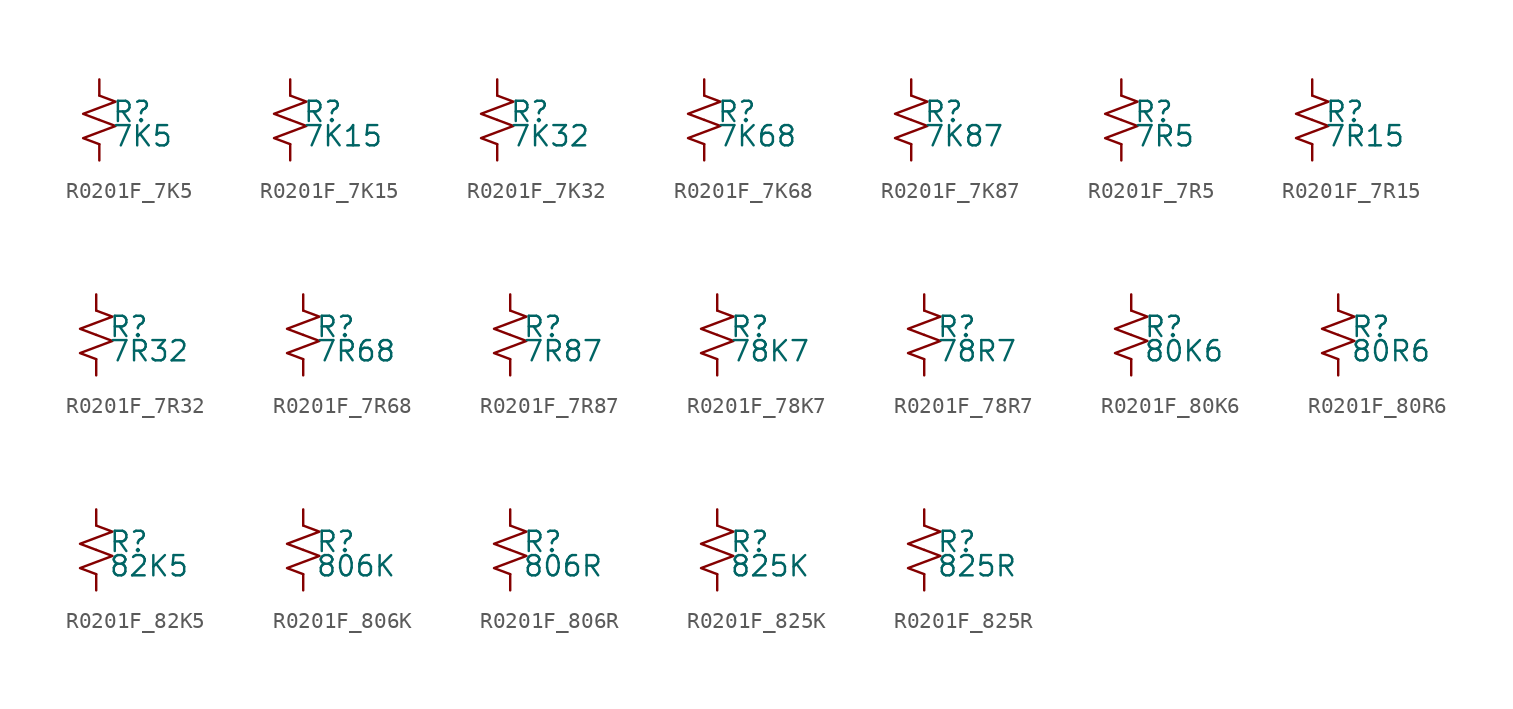
<source format=kicad_sym>
(kicad_symbol_lib
  (version 20220914)
  (generator kicad_symbol_editor)
  (symbol "R0201F_7K5"
    (pin_numbers hide)
    (pin_names
      (offset 0.254) hide)
    (property "Reference" "R"
      (at 0.762 0.508 0)
      (effects (font (size 1.27 1.27)) (justify left)))
    (property "Value" "7K5"
      (at 0.762 -1.016 0)
      (effects (font (size 1.27 1.27)) (justify left)))
    (symbol "R0201F_7K5_1_1"
      (polyline (pts (xy 0 0) (xy 1.016 -0.381) (xy 0 -0.762) (xy -1.016 -1.143) (xy 0 -1.524)) (stroke (width 0) (type default)) (fill (type none)))
      (polyline (pts (xy 0 1.524) (xy 1.016 1.143) (xy 0 0.762) (xy -1.016 0.381) (xy 0 0)) (stroke (width 0) (type default)) (fill (type none)))
      (pin passive line (at 0 2.54 270) (length 1.016) (name "~" (effects (font (size 1.27 1.27)))) (number "1" (effects (font (size 1.27 1.27)))))
      (pin passive line (at 0 -2.54 90) (length 1.016) (name "~" (effects (font (size 1.27 1.27)))) (number "2" (effects (font (size 1.27 1.27)))))))
  (symbol "R0201F_7K15"
    (pin_numbers hide)
    (pin_names
      (offset 0.254) hide)
    (property "Reference" "R"
      (at 0.762 0.508 0)
      (effects (font (size 1.27 1.27)) (justify left)))
    (property "Value" "7K15"
      (at 0.762 -1.016 0)
      (effects (font (size 1.27 1.27)) (justify left)))
    (symbol "R0201F_7K15_1_1"
      (polyline (pts (xy 0 0) (xy 1.016 -0.381) (xy 0 -0.762) (xy -1.016 -1.143) (xy 0 -1.524)) (stroke (width 0) (type default)) (fill (type none)))
      (polyline (pts (xy 0 1.524) (xy 1.016 1.143) (xy 0 0.762) (xy -1.016 0.381) (xy 0 0)) (stroke (width 0) (type default)) (fill (type none)))
      (pin passive line (at 0 2.54 270) (length 1.016) (name "~" (effects (font (size 1.27 1.27)))) (number "1" (effects (font (size 1.27 1.27)))))
      (pin passive line (at 0 -2.54 90) (length 1.016) (name "~" (effects (font (size 1.27 1.27)))) (number "2" (effects (font (size 1.27 1.27)))))))
  (symbol "R0201F_7K32"
    (pin_numbers hide)
    (pin_names
      (offset 0.254) hide)
    (property "Reference" "R"
      (at 0.762 0.508 0)
      (effects (font (size 1.27 1.27)) (justify left)))
    (property "Value" "7K32"
      (at 0.762 -1.016 0)
      (effects (font (size 1.27 1.27)) (justify left)))
    (symbol "R0201F_7K32_1_1"
      (polyline (pts (xy 0 0) (xy 1.016 -0.381) (xy 0 -0.762) (xy -1.016 -1.143) (xy 0 -1.524)) (stroke (width 0) (type default)) (fill (type none)))
      (polyline (pts (xy 0 1.524) (xy 1.016 1.143) (xy 0 0.762) (xy -1.016 0.381) (xy 0 0)) (stroke (width 0) (type default)) (fill (type none)))
      (pin passive line (at 0 2.54 270) (length 1.016) (name "~" (effects (font (size 1.27 1.27)))) (number "1" (effects (font (size 1.27 1.27)))))
      (pin passive line (at 0 -2.54 90) (length 1.016) (name "~" (effects (font (size 1.27 1.27)))) (number "2" (effects (font (size 1.27 1.27)))))))
  (symbol "R0201F_7K68"
    (pin_numbers hide)
    (pin_names
      (offset 0.254) hide)
    (property "Reference" "R"
      (at 0.762 0.508 0)
      (effects (font (size 1.27 1.27)) (justify left)))
    (property "Value" "7K68"
      (at 0.762 -1.016 0)
      (effects (font (size 1.27 1.27)) (justify left)))
    (symbol "R0201F_7K68_1_1"
      (polyline (pts (xy 0 0) (xy 1.016 -0.381) (xy 0 -0.762) (xy -1.016 -1.143) (xy 0 -1.524)) (stroke (width 0) (type default)) (fill (type none)))
      (polyline (pts (xy 0 1.524) (xy 1.016 1.143) (xy 0 0.762) (xy -1.016 0.381) (xy 0 0)) (stroke (width 0) (type default)) (fill (type none)))
      (pin passive line (at 0 2.54 270) (length 1.016) (name "~" (effects (font (size 1.27 1.27)))) (number "1" (effects (font (size 1.27 1.27)))))
      (pin passive line (at 0 -2.54 90) (length 1.016) (name "~" (effects (font (size 1.27 1.27)))) (number "2" (effects (font (size 1.27 1.27)))))))
  (symbol "R0201F_7K87"
    (pin_numbers hide)
    (pin_names
      (offset 0.254) hide)
    (property "Reference" "R"
      (at 0.762 0.508 0)
      (effects (font (size 1.27 1.27)) (justify left)))
    (property "Value" "7K87"
      (at 0.762 -1.016 0)
      (effects (font (size 1.27 1.27)) (justify left)))
    (symbol "R0201F_7K87_1_1"
      (polyline (pts (xy 0 0) (xy 1.016 -0.381) (xy 0 -0.762) (xy -1.016 -1.143) (xy 0 -1.524)) (stroke (width 0) (type default)) (fill (type none)))
      (polyline (pts (xy 0 1.524) (xy 1.016 1.143) (xy 0 0.762) (xy -1.016 0.381) (xy 0 0)) (stroke (width 0) (type default)) (fill (type none)))
      (pin passive line (at 0 2.54 270) (length 1.016) (name "~" (effects (font (size 1.27 1.27)))) (number "1" (effects (font (size 1.27 1.27)))))
      (pin passive line (at 0 -2.54 90) (length 1.016) (name "~" (effects (font (size 1.27 1.27)))) (number "2" (effects (font (size 1.27 1.27)))))))
  (symbol "R0201F_7R5"
    (pin_numbers hide)
    (pin_names
      (offset 0.254) hide)
    (property "Reference" "R"
      (at 0.762 0.508 0)
      (effects (font (size 1.27 1.27)) (justify left)))
    (property "Value" "7R5"
      (at 0.762 -1.016 0)
      (effects (font (size 1.27 1.27)) (justify left)))
    (symbol "R0201F_7R5_1_1"
      (polyline (pts (xy 0 0) (xy 1.016 -0.381) (xy 0 -0.762) (xy -1.016 -1.143) (xy 0 -1.524)) (stroke (width 0) (type default)) (fill (type none)))
      (polyline (pts (xy 0 1.524) (xy 1.016 1.143) (xy 0 0.762) (xy -1.016 0.381) (xy 0 0)) (stroke (width 0) (type default)) (fill (type none)))
      (pin passive line (at 0 2.54 270) (length 1.016) (name "~" (effects (font (size 1.27 1.27)))) (number "1" (effects (font (size 1.27 1.27)))))
      (pin passive line (at 0 -2.54 90) (length 1.016) (name "~" (effects (font (size 1.27 1.27)))) (number "2" (effects (font (size 1.27 1.27)))))))
  (symbol "R0201F_7R15"
    (pin_numbers hide)
    (pin_names
      (offset 0.254) hide)
    (property "Reference" "R"
      (at 0.762 0.508 0)
      (effects (font (size 1.27 1.27)) (justify left)))
    (property "Value" "7R15"
      (at 0.762 -1.016 0)
      (effects (font (size 1.27 1.27)) (justify left)))
    (symbol "R0201F_7R15_1_1"
      (polyline (pts (xy 0 0) (xy 1.016 -0.381) (xy 0 -0.762) (xy -1.016 -1.143) (xy 0 -1.524)) (stroke (width 0) (type default)) (fill (type none)))
      (polyline (pts (xy 0 1.524) (xy 1.016 1.143) (xy 0 0.762) (xy -1.016 0.381) (xy 0 0)) (stroke (width 0) (type default)) (fill (type none)))
      (pin passive line (at 0 2.54 270) (length 1.016) (name "~" (effects (font (size 1.27 1.27)))) (number "1" (effects (font (size 1.27 1.27)))))
      (pin passive line (at 0 -2.54 90) (length 1.016) (name "~" (effects (font (size 1.27 1.27)))) (number "2" (effects (font (size 1.27 1.27)))))))
  (symbol "R0201F_7R32"
    (pin_numbers hide)
    (pin_names
      (offset 0.254) hide)
    (property "Reference" "R"
      (at 0.762 0.508 0)
      (effects (font (size 1.27 1.27)) (justify left)))
    (property "Value" "7R32"
      (at 0.762 -1.016 0)
      (effects (font (size 1.27 1.27)) (justify left)))
    (symbol "R0201F_7R32_1_1"
      (polyline (pts (xy 0 0) (xy 1.016 -0.381) (xy 0 -0.762) (xy -1.016 -1.143) (xy 0 -1.524)) (stroke (width 0) (type default)) (fill (type none)))
      (polyline (pts (xy 0 1.524) (xy 1.016 1.143) (xy 0 0.762) (xy -1.016 0.381) (xy 0 0)) (stroke (width 0) (type default)) (fill (type none)))
      (pin passive line (at 0 2.54 270) (length 1.016) (name "~" (effects (font (size 1.27 1.27)))) (number "1" (effects (font (size 1.27 1.27)))))
      (pin passive line (at 0 -2.54 90) (length 1.016) (name "~" (effects (font (size 1.27 1.27)))) (number "2" (effects (font (size 1.27 1.27)))))))
  (symbol "R0201F_7R68"
    (pin_numbers hide)
    (pin_names
      (offset 0.254) hide)
    (property "Reference" "R"
      (at 0.762 0.508 0)
      (effects (font (size 1.27 1.27)) (justify left)))
    (property "Value" "7R68"
      (at 0.762 -1.016 0)
      (effects (font (size 1.27 1.27)) (justify left)))
    (symbol "R0201F_7R68_1_1"
      (polyline (pts (xy 0 0) (xy 1.016 -0.381) (xy 0 -0.762) (xy -1.016 -1.143) (xy 0 -1.524)) (stroke (width 0) (type default)) (fill (type none)))
      (polyline (pts (xy 0 1.524) (xy 1.016 1.143) (xy 0 0.762) (xy -1.016 0.381) (xy 0 0)) (stroke (width 0) (type default)) (fill (type none)))
      (pin passive line (at 0 2.54 270) (length 1.016) (name "~" (effects (font (size 1.27 1.27)))) (number "1" (effects (font (size 1.27 1.27)))))
      (pin passive line (at 0 -2.54 90) (length 1.016) (name "~" (effects (font (size 1.27 1.27)))) (number "2" (effects (font (size 1.27 1.27)))))))
  (symbol "R0201F_7R87"
    (pin_numbers hide)
    (pin_names
      (offset 0.254) hide)
    (property "Reference" "R"
      (at 0.762 0.508 0)
      (effects (font (size 1.27 1.27)) (justify left)))
    (property "Value" "7R87"
      (at 0.762 -1.016 0)
      (effects (font (size 1.27 1.27)) (justify left)))
    (symbol "R0201F_7R87_1_1"
      (polyline (pts (xy 0 0) (xy 1.016 -0.381) (xy 0 -0.762) (xy -1.016 -1.143) (xy 0 -1.524)) (stroke (width 0) (type default)) (fill (type none)))
      (polyline (pts (xy 0 1.524) (xy 1.016 1.143) (xy 0 0.762) (xy -1.016 0.381) (xy 0 0)) (stroke (width 0) (type default)) (fill (type none)))
      (pin passive line (at 0 2.54 270) (length 1.016) (name "~" (effects (font (size 1.27 1.27)))) (number "1" (effects (font (size 1.27 1.27)))))
      (pin passive line (at 0 -2.54 90) (length 1.016) (name "~" (effects (font (size 1.27 1.27)))) (number "2" (effects (font (size 1.27 1.27)))))))
  (symbol "R0201F_78K7"
    (pin_numbers hide)
    (pin_names
      (offset 0.254) hide)
    (property "Reference" "R"
      (at 0.762 0.508 0)
      (effects (font (size 1.27 1.27)) (justify left)))
    (property "Value" "78K7"
      (at 0.762 -1.016 0)
      (effects (font (size 1.27 1.27)) (justify left)))
    (symbol "R0201F_78K7_1_1"
      (polyline (pts (xy 0 0) (xy 1.016 -0.381) (xy 0 -0.762) (xy -1.016 -1.143) (xy 0 -1.524)) (stroke (width 0) (type default)) (fill (type none)))
      (polyline (pts (xy 0 1.524) (xy 1.016 1.143) (xy 0 0.762) (xy -1.016 0.381) (xy 0 0)) (stroke (width 0) (type default)) (fill (type none)))
      (pin passive line (at 0 2.54 270) (length 1.016) (name "~" (effects (font (size 1.27 1.27)))) (number "1" (effects (font (size 1.27 1.27)))))
      (pin passive line (at 0 -2.54 90) (length 1.016) (name "~" (effects (font (size 1.27 1.27)))) (number "2" (effects (font (size 1.27 1.27)))))))
  (symbol "R0201F_78R7"
    (pin_numbers hide)
    (pin_names
      (offset 0.254) hide)
    (property "Reference" "R"
      (at 0.762 0.508 0)
      (effects (font (size 1.27 1.27)) (justify left)))
    (property "Value" "78R7"
      (at 0.762 -1.016 0)
      (effects (font (size 1.27 1.27)) (justify left)))
    (symbol "R0201F_78R7_1_1"
      (polyline (pts (xy 0 0) (xy 1.016 -0.381) (xy 0 -0.762) (xy -1.016 -1.143) (xy 0 -1.524)) (stroke (width 0) (type default)) (fill (type none)))
      (polyline (pts (xy 0 1.524) (xy 1.016 1.143) (xy 0 0.762) (xy -1.016 0.381) (xy 0 0)) (stroke (width 0) (type default)) (fill (type none)))
      (pin passive line (at 0 2.54 270) (length 1.016) (name "~" (effects (font (size 1.27 1.27)))) (number "1" (effects (font (size 1.27 1.27)))))
      (pin passive line (at 0 -2.54 90) (length 1.016) (name "~" (effects (font (size 1.27 1.27)))) (number "2" (effects (font (size 1.27 1.27)))))))
  (symbol "R0201F_80K6"
    (pin_numbers hide)
    (pin_names
      (offset 0.254) hide)
    (property "Reference" "R"
      (at 0.762 0.508 0)
      (effects (font (size 1.27 1.27)) (justify left)))
    (property "Value" "80K6"
      (at 0.762 -1.016 0)
      (effects (font (size 1.27 1.27)) (justify left)))
    (symbol "R0201F_80K6_1_1"
      (polyline (pts (xy 0 0) (xy 1.016 -0.381) (xy 0 -0.762) (xy -1.016 -1.143) (xy 0 -1.524)) (stroke (width 0) (type default)) (fill (type none)))
      (polyline (pts (xy 0 1.524) (xy 1.016 1.143) (xy 0 0.762) (xy -1.016 0.381) (xy 0 0)) (stroke (width 0) (type default)) (fill (type none)))
      (pin passive line (at 0 2.54 270) (length 1.016) (name "~" (effects (font (size 1.27 1.27)))) (number "1" (effects (font (size 1.27 1.27)))))
      (pin passive line (at 0 -2.54 90) (length 1.016) (name "~" (effects (font (size 1.27 1.27)))) (number "2" (effects (font (size 1.27 1.27)))))))
  (symbol "R0201F_80R6"
    (pin_numbers hide)
    (pin_names
      (offset 0.254) hide)
    (property "Reference" "R"
      (at 0.762 0.508 0)
      (effects (font (size 1.27 1.27)) (justify left)))
    (property "Value" "80R6"
      (at 0.762 -1.016 0)
      (effects (font (size 1.27 1.27)) (justify left)))
    (symbol "R0201F_80R6_1_1"
      (polyline (pts (xy 0 0) (xy 1.016 -0.381) (xy 0 -0.762) (xy -1.016 -1.143) (xy 0 -1.524)) (stroke (width 0) (type default)) (fill (type none)))
      (polyline (pts (xy 0 1.524) (xy 1.016 1.143) (xy 0 0.762) (xy -1.016 0.381) (xy 0 0)) (stroke (width 0) (type default)) (fill (type none)))
      (pin passive line (at 0 2.54 270) (length 1.016) (name "~" (effects (font (size 1.27 1.27)))) (number "1" (effects (font (size 1.27 1.27)))))
      (pin passive line (at 0 -2.54 90) (length 1.016) (name "~" (effects (font (size 1.27 1.27)))) (number "2" (effects (font (size 1.27 1.27)))))))
  (symbol "R0201F_82K5"
    (pin_numbers hide)
    (pin_names
      (offset 0.254) hide)
    (property "Reference" "R"
      (at 0.762 0.508 0)
      (effects (font (size 1.27 1.27)) (justify left)))
    (property "Value" "82K5"
      (at 0.762 -1.016 0)
      (effects (font (size 1.27 1.27)) (justify left)))
    (symbol "R0201F_82K5_1_1"
      (polyline (pts (xy 0 0) (xy 1.016 -0.381) (xy 0 -0.762) (xy -1.016 -1.143) (xy 0 -1.524)) (stroke (width 0) (type default)) (fill (type none)))
      (polyline (pts (xy 0 1.524) (xy 1.016 1.143) (xy 0 0.762) (xy -1.016 0.381) (xy 0 0)) (stroke (width 0) (type default)) (fill (type none)))
      (pin passive line (at 0 2.54 270) (length 1.016) (name "~" (effects (font (size 1.27 1.27)))) (number "1" (effects (font (size 1.27 1.27)))))
      (pin passive line (at 0 -2.54 90) (length 1.016) (name "~" (effects (font (size 1.27 1.27)))) (number "2" (effects (font (size 1.27 1.27)))))))
  (symbol "R0201F_806K"
    (pin_numbers hide)
    (pin_names
      (offset 0.254) hide)
    (property "Reference" "R"
      (at 0.762 0.508 0)
      (effects (font (size 1.27 1.27)) (justify left)))
    (property "Value" "806K"
      (at 0.762 -1.016 0)
      (effects (font (size 1.27 1.27)) (justify left)))
    (symbol "R0201F_806K_1_1"
      (polyline (pts (xy 0 0) (xy 1.016 -0.381) (xy 0 -0.762) (xy -1.016 -1.143) (xy 0 -1.524)) (stroke (width 0) (type default)) (fill (type none)))
      (polyline (pts (xy 0 1.524) (xy 1.016 1.143) (xy 0 0.762) (xy -1.016 0.381) (xy 0 0)) (stroke (width 0) (type default)) (fill (type none)))
      (pin passive line (at 0 2.54 270) (length 1.016) (name "~" (effects (font (size 1.27 1.27)))) (number "1" (effects (font (size 1.27 1.27)))))
      (pin passive line (at 0 -2.54 90) (length 1.016) (name "~" (effects (font (size 1.27 1.27)))) (number "2" (effects (font (size 1.27 1.27)))))))
  (symbol "R0201F_806R"
    (pin_numbers hide)
    (pin_names
      (offset 0.254) hide)
    (property "Reference" "R"
      (at 0.762 0.508 0)
      (effects (font (size 1.27 1.27)) (justify left)))
    (property "Value" "806R"
      (at 0.762 -1.016 0)
      (effects (font (size 1.27 1.27)) (justify left)))
    (symbol "R0201F_806R_1_1"
      (polyline (pts (xy 0 0) (xy 1.016 -0.381) (xy 0 -0.762) (xy -1.016 -1.143) (xy 0 -1.524)) (stroke (width 0) (type default)) (fill (type none)))
      (polyline (pts (xy 0 1.524) (xy 1.016 1.143) (xy 0 0.762) (xy -1.016 0.381) (xy 0 0)) (stroke (width 0) (type default)) (fill (type none)))
      (pin passive line (at 0 2.54 270) (length 1.016) (name "~" (effects (font (size 1.27 1.27)))) (number "1" (effects (font (size 1.27 1.27)))))
      (pin passive line (at 0 -2.54 90) (length 1.016) (name "~" (effects (font (size 1.27 1.27)))) (number "2" (effects (font (size 1.27 1.27)))))))
  (symbol "R0201F_825K"
    (pin_numbers hide)
    (pin_names
      (offset 0.254) hide)
    (property "Reference" "R"
      (at 0.762 0.508 0)
      (effects (font (size 1.27 1.27)) (justify left)))
    (property "Value" "825K"
      (at 0.762 -1.016 0)
      (effects (font (size 1.27 1.27)) (justify left)))
    (symbol "R0201F_825K_1_1"
      (polyline (pts (xy 0 0) (xy 1.016 -0.381) (xy 0 -0.762) (xy -1.016 -1.143) (xy 0 -1.524)) (stroke (width 0) (type default)) (fill (type none)))
      (polyline (pts (xy 0 1.524) (xy 1.016 1.143) (xy 0 0.762) (xy -1.016 0.381) (xy 0 0)) (stroke (width 0) (type default)) (fill (type none)))
      (pin passive line (at 0 2.54 270) (length 1.016) (name "~" (effects (font (size 1.27 1.27)))) (number "1" (effects (font (size 1.27 1.27)))))
      (pin passive line (at 0 -2.54 90) (length 1.016) (name "~" (effects (font (size 1.27 1.27)))) (number "2" (effects (font (size 1.27 1.27)))))))
  (symbol "R0201F_825R"
    (pin_numbers hide)
    (pin_names
      (offset 0.254) hide)
    (property "Reference" "R"
      (at 0.762 0.508 0)
      (effects (font (size 1.27 1.27)) (justify left)))
    (property "Value" "825R"
      (at 0.762 -1.016 0)
      (effects (font (size 1.27 1.27)) (justify left)))
    (symbol "R0201F_825R_1_1"
      (polyline (pts (xy 0 0) (xy 1.016 -0.381) (xy 0 -0.762) (xy -1.016 -1.143) (xy 0 -1.524)) (stroke (width 0) (type default)) (fill (type none)))
      (polyline (pts (xy 0 1.524) (xy 1.016 1.143) (xy 0 0.762) (xy -1.016 0.381) (xy 0 0)) (stroke (width 0) (type default)) (fill (type none)))
      (pin passive line (at 0 2.54 270) (length 1.016) (name "~" (effects (font (size 1.27 1.27)))) (number "1" (effects (font (size 1.27 1.27)))))
      (pin passive line (at 0 -2.54 90) (length 1.016) (name "~" (effects (font (size 1.27 1.27)))) (number "2" (effects (font (size 1.27 1.27))))))))
</source>
